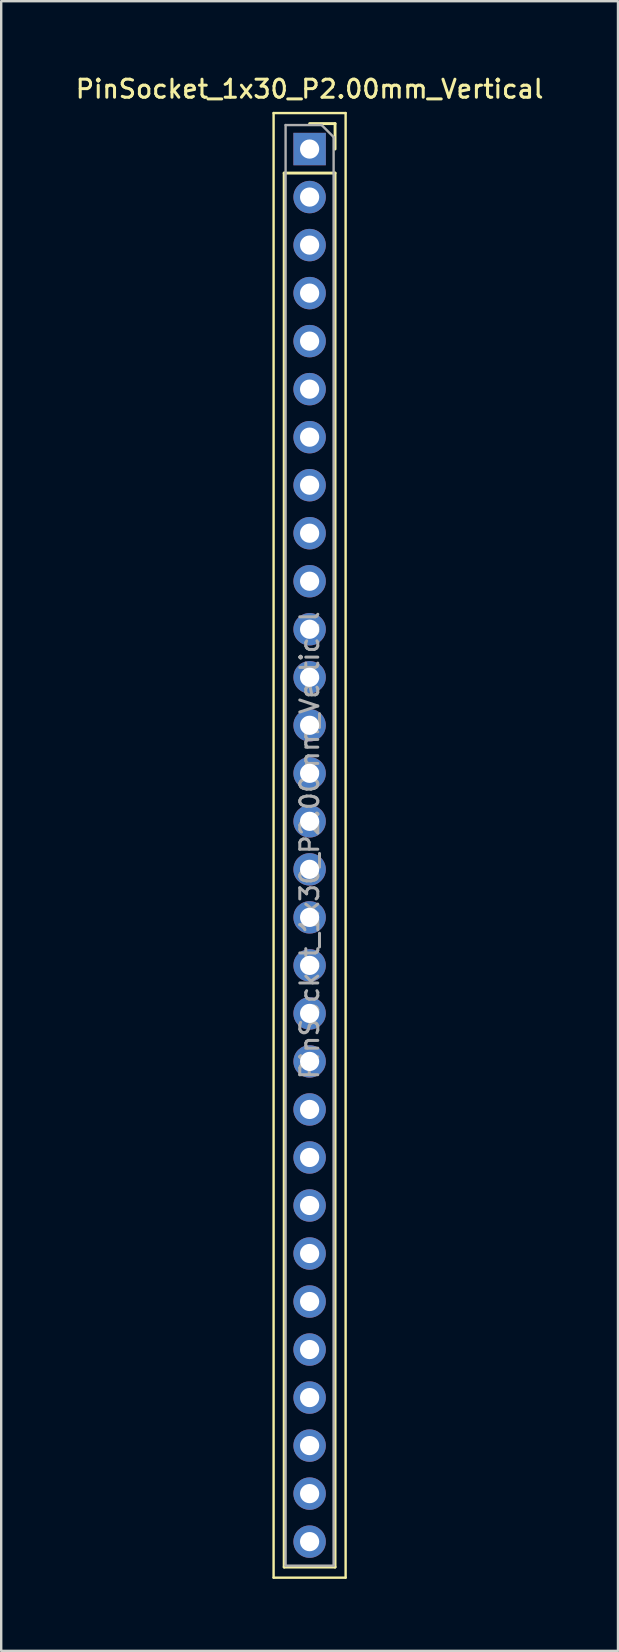
<source format=kicad_pcb>
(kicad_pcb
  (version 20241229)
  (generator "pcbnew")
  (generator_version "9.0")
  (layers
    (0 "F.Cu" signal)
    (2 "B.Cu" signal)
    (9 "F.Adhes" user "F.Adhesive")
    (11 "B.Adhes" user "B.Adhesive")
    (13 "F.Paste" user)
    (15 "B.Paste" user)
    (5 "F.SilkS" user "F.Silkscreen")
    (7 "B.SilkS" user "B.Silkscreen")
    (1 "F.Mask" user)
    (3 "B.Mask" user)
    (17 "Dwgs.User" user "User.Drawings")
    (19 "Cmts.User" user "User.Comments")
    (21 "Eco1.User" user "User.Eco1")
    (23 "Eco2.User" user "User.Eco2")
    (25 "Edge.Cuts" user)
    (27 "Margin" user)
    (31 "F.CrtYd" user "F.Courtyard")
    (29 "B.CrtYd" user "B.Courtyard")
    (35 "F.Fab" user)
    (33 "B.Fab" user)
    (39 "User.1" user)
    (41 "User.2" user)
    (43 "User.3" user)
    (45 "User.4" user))
  (footprint "PinSocket_1x30_P2.00mm_Vertical"
    (layer "F.Cu")
    (at 9.845 3.158)
    (property "Reference" "PinSocket_1x30_P2.00mm_Vertical" (at 0 -2.5 0) (layer "F.SilkS") (effects (font (size 0.75 0.75) (thickness 0.125))))
    (attr through_hole)
    (fp_line (start -1.5 -1.5) (end 1.5 -1.5) (stroke (width 0.1) (type solid)) (layer "F.SilkS"))
    (fp_line (start -1.5 59.5) (end -1.5 -1.5) (stroke (width 0.1) (type solid)) (layer "F.SilkS"))
    (fp_line (start -1.06 1) (end -1.06 59.06) (stroke (width 0.12) (type solid)) (layer "F.SilkS"))
    (fp_line (start -1.06 1) (end 1.06 1) (stroke (width 0.12) (type solid)) (layer "F.SilkS"))
    (fp_line (start -1.06 59.06) (end 1.06 59.06) (stroke (width 0.12) (type solid)) (layer "F.SilkS"))
    (fp_line (start 0 -1.06) (end 1.06 -1.06) (stroke (width 0.12) (type solid)) (layer "F.SilkS"))
    (fp_line (start 1.06 -1.06) (end 1.06 0) (stroke (width 0.12) (type solid)) (layer "F.SilkS"))
    (fp_line (start 1.06 1) (end 1.06 59.06) (stroke (width 0.12) (type solid)) (layer "F.SilkS"))
    (fp_line (start 1.5 -1.5) (end 1.5 59.5) (stroke (width 0.1) (type solid)) (layer "F.SilkS"))
    (fp_line (start 1.5 59.5) (end -1.5 59.5) (stroke (width 0.1) (type solid)) (layer "F.SilkS"))
    (fp_line (start -1 -1) (end 0.5 -1) (stroke (width 0.1) (type solid)) (layer "F.Fab"))
    (fp_line (start -1 59) (end -1 -1) (stroke (width 0.1) (type solid)) (layer "F.Fab"))
    (fp_line (start 0.5 -1) (end 1 -0.5) (stroke (width 0.1) (type solid)) (layer "F.Fab"))
    (fp_line (start 1 -0.5) (end 1 59) (stroke (width 0.1) (type solid)) (layer "F.Fab"))
    (fp_line (start 1 59) (end -1 59) (stroke (width 0.1) (type solid)) (layer "F.Fab"))
    (fp_text user "${REFERENCE}" (at 0 29 90) (layer "F.Fab") (effects (font (size 0.75 0.75) (thickness 0.125))))
    (pad "1" thru_hole rect (at 0 0) (size 1.35 1.35) (drill 0.8) (layers "*.Cu" "*.Mask"))
    (pad "2" thru_hole oval (at 0 2) (size 1.35 1.35) (drill 0.8) (layers "*.Cu" "*.Mask"))
    (pad "3" thru_hole oval (at 0 4) (size 1.35 1.35) (drill 0.8) (layers "*.Cu" "*.Mask"))
    (pad "4" thru_hole oval (at 0 6) (size 1.35 1.35) (drill 0.8) (layers "*.Cu" "*.Mask"))
    (pad "5" thru_hole oval (at 0 8) (size 1.35 1.35) (drill 0.8) (layers "*.Cu" "*.Mask"))
    (pad "6" thru_hole oval (at 0 10) (size 1.35 1.35) (drill 0.8) (layers "*.Cu" "*.Mask"))
    (pad "7" thru_hole oval (at 0 12) (size 1.35 1.35) (drill 0.8) (layers "*.Cu" "*.Mask"))
    (pad "8" thru_hole oval (at 0 14) (size 1.35 1.35) (drill 0.8) (layers "*.Cu" "*.Mask"))
    (pad "9" thru_hole oval (at 0 16) (size 1.35 1.35) (drill 0.8) (layers "*.Cu" "*.Mask"))
    (pad "10" thru_hole oval (at 0 18) (size 1.35 1.35) (drill 0.8) (layers "*.Cu" "*.Mask"))
    (pad "11" thru_hole oval (at 0 20) (size 1.35 1.35) (drill 0.8) (layers "*.Cu" "*.Mask"))
    (pad "12" thru_hole oval (at 0 22) (size 1.35 1.35) (drill 0.8) (layers "*.Cu" "*.Mask"))
    (pad "13" thru_hole oval (at 0 24) (size 1.35 1.35) (drill 0.8) (layers "*.Cu" "*.Mask"))
    (pad "14" thru_hole oval (at 0 26) (size 1.35 1.35) (drill 0.8) (layers "*.Cu" "*.Mask"))
    (pad "15" thru_hole oval (at 0 28) (size 1.35 1.35) (drill 0.8) (layers "*.Cu" "*.Mask"))
    (pad "16" thru_hole oval (at 0 30) (size 1.35 1.35) (drill 0.8) (layers "*.Cu" "*.Mask"))
    (pad "17" thru_hole oval (at 0 32) (size 1.35 1.35) (drill 0.8) (layers "*.Cu" "*.Mask"))
    (pad "18" thru_hole oval (at 0 34) (size 1.35 1.35) (drill 0.8) (layers "*.Cu" "*.Mask"))
    (pad "19" thru_hole oval (at 0 36) (size 1.35 1.35) (drill 0.8) (layers "*.Cu" "*.Mask"))
    (pad "20" thru_hole oval (at 0 38) (size 1.35 1.35) (drill 0.8) (layers "*.Cu" "*.Mask"))
    (pad "21" thru_hole oval (at 0 40) (size 1.35 1.35) (drill 0.8) (layers "*.Cu" "*.Mask"))
    (pad "22" thru_hole oval (at 0 42) (size 1.35 1.35) (drill 0.8) (layers "*.Cu" "*.Mask"))
    (pad "23" thru_hole oval (at 0 44) (size 1.35 1.35) (drill 0.8) (layers "*.Cu" "*.Mask"))
    (pad "24" thru_hole oval (at 0 46) (size 1.35 1.35) (drill 0.8) (layers "*.Cu" "*.Mask"))
    (pad "25" thru_hole oval (at 0 48) (size 1.35 1.35) (drill 0.8) (layers "*.Cu" "*.Mask"))
    (pad "26" thru_hole oval (at 0 50) (size 1.35 1.35) (drill 0.8) (layers "*.Cu" "*.Mask"))
    (pad "27" thru_hole oval (at 0 52) (size 1.35 1.35) (drill 0.8) (layers "*.Cu" "*.Mask"))
    (pad "28" thru_hole oval (at 0 54) (size 1.35 1.35) (drill 0.8) (layers "*.Cu" "*.Mask"))
    (pad "29" thru_hole oval (at 0 56) (size 1.35 1.35) (drill 0.8) (layers "*.Cu" "*.Mask"))
    (pad "30" thru_hole oval (at 0 58) (size 1.35 1.35) (drill 0.8) (layers "*.Cu" "*.Mask")))
  (gr_rect
    (start -3 -3)
    (end 22.689 65.708)
    (stroke (width 0.1) (type default))
    (fill no)
    (layer "Edge.Cuts")))
</source>
